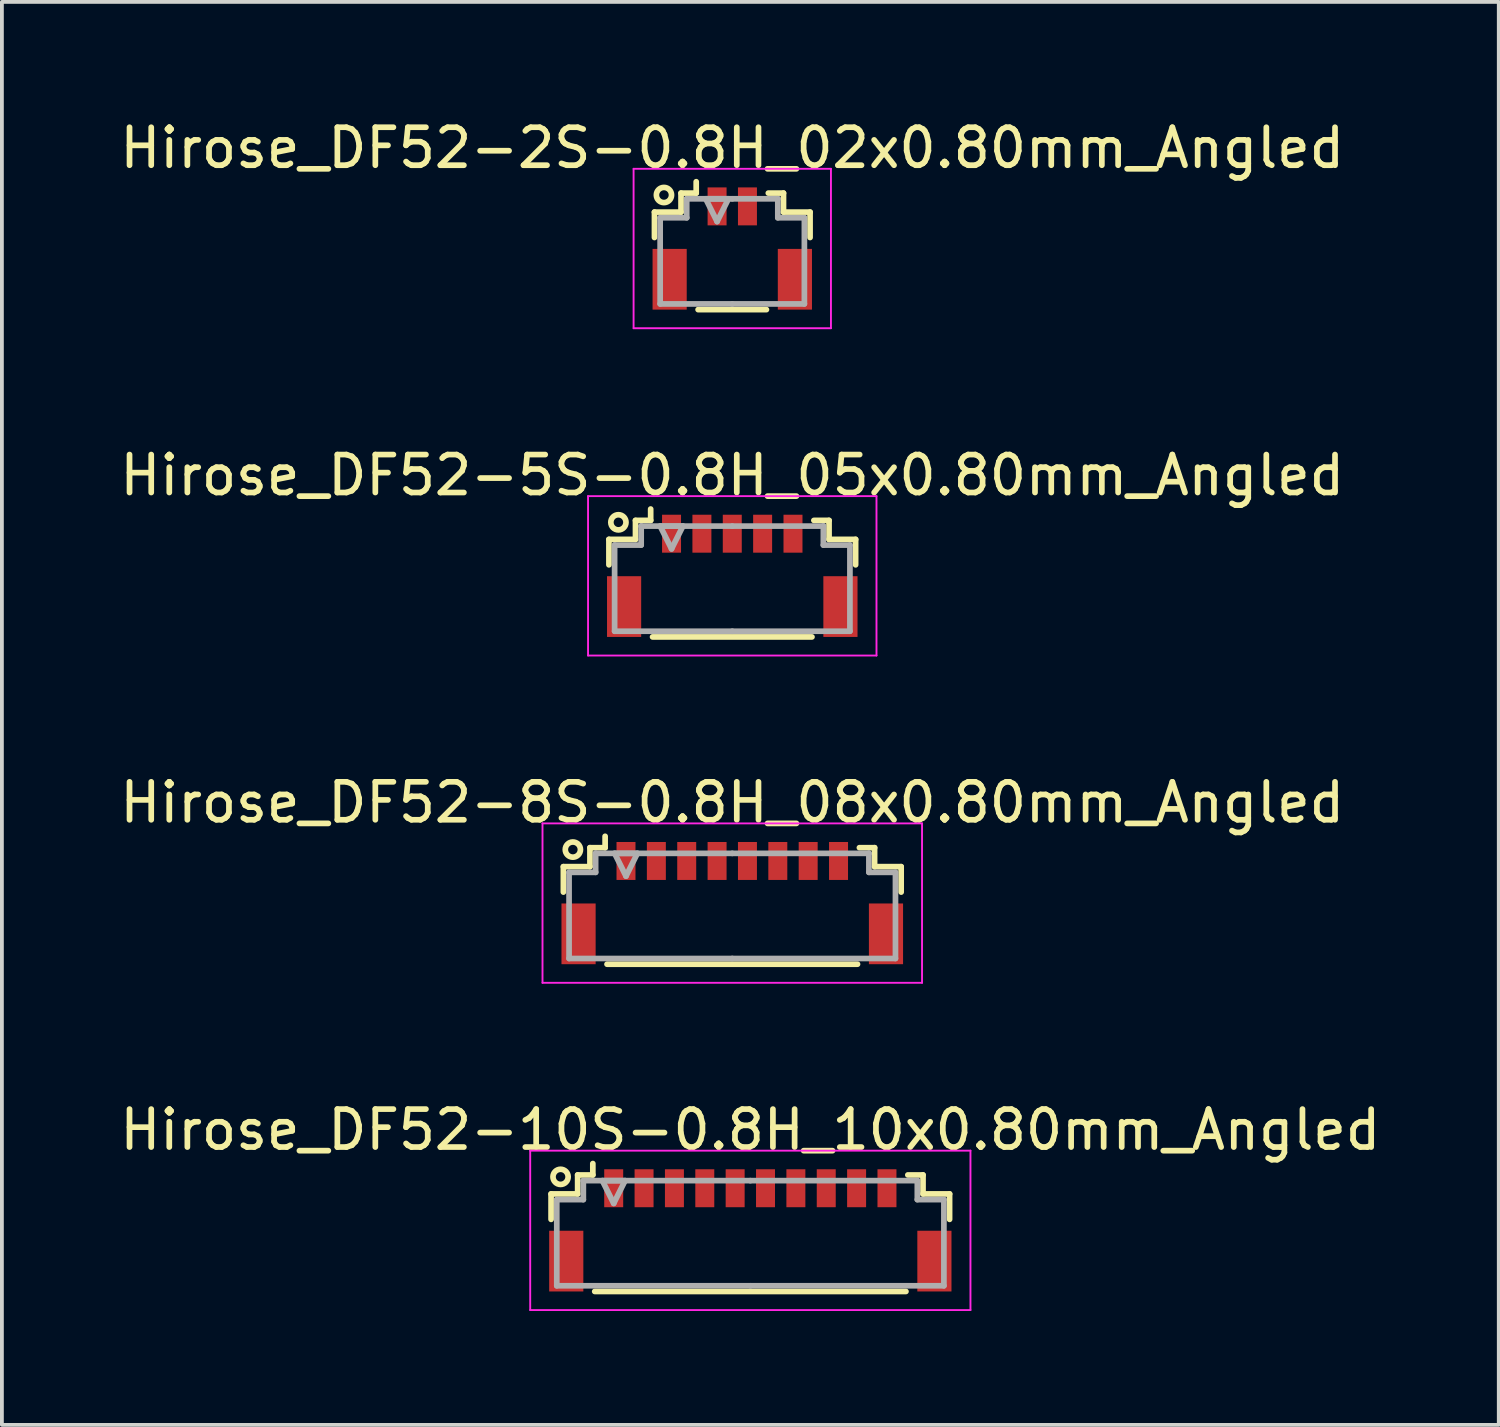
<source format=kicad_pcb>
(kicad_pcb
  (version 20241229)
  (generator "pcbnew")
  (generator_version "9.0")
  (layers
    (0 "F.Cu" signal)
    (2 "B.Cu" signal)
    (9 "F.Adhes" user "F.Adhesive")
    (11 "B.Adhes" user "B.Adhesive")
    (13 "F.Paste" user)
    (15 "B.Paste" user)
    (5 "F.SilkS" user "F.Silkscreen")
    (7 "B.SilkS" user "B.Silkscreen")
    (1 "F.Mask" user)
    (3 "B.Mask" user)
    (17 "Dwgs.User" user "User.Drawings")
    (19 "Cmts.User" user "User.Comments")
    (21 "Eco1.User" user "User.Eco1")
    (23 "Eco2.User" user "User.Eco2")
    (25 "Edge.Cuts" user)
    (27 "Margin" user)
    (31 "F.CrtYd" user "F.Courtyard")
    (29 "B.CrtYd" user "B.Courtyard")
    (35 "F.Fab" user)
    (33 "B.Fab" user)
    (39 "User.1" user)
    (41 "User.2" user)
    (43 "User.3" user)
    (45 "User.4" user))
  (footprint "Hirose_DF52-2S-0.8H_02x0.80mm_Angled"
    (layer "F.Cu")
    (at 16.244 3.348)
    (property "Reference" "Hirose_DF52-2S-0.8H_02x0.80mm_Angled" (at 0 -2.5 0) (layer "F.SilkS") (effects (font (size 1 1) (thickness 0.15))))
    (attr smd)
    (fp_line (start -2.05 -0.81) (end -2.05 -0.14) (stroke (width 0.15) (type solid)) (layer "F.SilkS"))
    (fp_line (start -1.35 -1.31) (end -1.35 -0.81) (stroke (width 0.15) (type solid)) (layer "F.SilkS"))
    (fp_line (start -1.35 -0.81) (end -2.05 -0.81) (stroke (width 0.15) (type solid)) (layer "F.SilkS"))
    (fp_line (start -0.95 -1.61) (end -0.95 -1.31) (stroke (width 0.15) (type solid)) (layer "F.SilkS"))
    (fp_line (start -0.95 -1.31) (end -1.35 -1.31) (stroke (width 0.15) (type solid)) (layer "F.SilkS"))
    (fp_line (start -0.9 1.76) (end 0.9 1.76) (stroke (width 0.15) (type solid)) (layer "F.SilkS"))
    (fp_line (start 0.95 -1.31) (end 1.35 -1.31) (stroke (width 0.15) (type solid)) (layer "F.SilkS"))
    (fp_line (start 1.35 -1.31) (end 1.35 -0.81) (stroke (width 0.15) (type solid)) (layer "F.SilkS"))
    (fp_line (start 1.35 -0.81) (end 2.05 -0.81) (stroke (width 0.15) (type solid)) (layer "F.SilkS"))
    (fp_line (start 2.05 -0.81) (end 2.05 -0.14) (stroke (width 0.15) (type solid)) (layer "F.SilkS"))
    (fp_circle (center -1.8 -1.26) (end -1.6 -1.26) (stroke (width 0.15) (type solid)) (fill no) (layer "F.SilkS"))
    (fp_line (start -2.6 -1.95) (end -2.6 2.25) (stroke (width 0.05) (type solid)) (layer "F.CrtYd"))
    (fp_line (start -2.6 2.25) (end 2.6 2.25) (stroke (width 0.05) (type solid)) (layer "F.CrtYd"))
    (fp_line (start 2.6 -1.95) (end -2.6 -1.95) (stroke (width 0.05) (type solid)) (layer "F.CrtYd"))
    (fp_line (start 2.6 2.25) (end 2.6 -1.95) (stroke (width 0.05) (type solid)) (layer "F.CrtYd"))
    (fp_line (start -1.9 -0.66) (end -1.9 1.61) (stroke (width 0.15) (type solid)) (layer "F.Fab"))
    (fp_line (start -1.9 1.61) (end 0 1.61) (stroke (width 0.15) (type solid)) (layer "F.Fab"))
    (fp_line (start -1.2 -1.16) (end -1.2 -1.16) (stroke (width 0.15) (type solid)) (layer "F.Fab"))
    (fp_line (start -1.2 -1.16) (end -1.2 -0.66) (stroke (width 0.15) (type solid)) (layer "F.Fab"))
    (fp_line (start -1.2 -0.66) (end -1.9 -0.66) (stroke (width 0.15) (type solid)) (layer "F.Fab"))
    (fp_line (start -0.7 -1.16) (end -0.1 -1.16) (stroke (width 0.15) (type solid)) (layer "F.Fab"))
    (fp_line (start -0.4 -0.56) (end -0.7 -1.16) (stroke (width 0.15) (type solid)) (layer "F.Fab"))
    (fp_line (start -0.1 -1.16) (end -0.4 -0.56) (stroke (width 0.15) (type solid)) (layer "F.Fab"))
    (fp_line (start 0 -1.16) (end -1.2 -1.16) (stroke (width 0.15) (type solid)) (layer "F.Fab"))
    (fp_line (start 0 -1.16) (end 1.2 -1.16) (stroke (width 0.15) (type solid)) (layer "F.Fab"))
    (fp_line (start 1.2 -1.16) (end 1.2 -1.16) (stroke (width 0.15) (type solid)) (layer "F.Fab"))
    (fp_line (start 1.2 -1.16) (end 1.2 -0.66) (stroke (width 0.15) (type solid)) (layer "F.Fab"))
    (fp_line (start 1.2 -0.66) (end 1.9 -0.66) (stroke (width 0.15) (type solid)) (layer "F.Fab"))
    (fp_line (start 1.9 -0.66) (end 1.9 1.61) (stroke (width 0.15) (type solid)) (layer "F.Fab"))
    (fp_line (start 1.9 1.61) (end 0 1.61) (stroke (width 0.15) (type solid)) (layer "F.Fab"))
    (pad "" smd rect (at -1.65 0.96) (size 0.9 1.6) (layers "F.Cu" "F.Mask" "F.Paste"))
    (pad "" smd rect (at 1.65 0.96) (size 0.9 1.6) (layers "F.Cu" "F.Mask" "F.Paste"))
    (pad "1" smd rect (at -0.4 -0.96) (size 0.5 1) (layers "F.Cu" "F.Mask" "F.Paste"))
    (pad "2" smd rect (at 0.4 -0.96) (size 0.5 1) (layers "F.Cu" "F.Mask" "F.Paste")))
  (footprint "Hirose_DF52-10S-0.8H_10x0.80mm_Angled"
    (layer "F.Cu")
    (at 16.72 29.218)
    (property "Reference" "Hirose_DF52-10S-0.8H_10x0.80mm_Angled" (at 0 -2.5 0) (layer "F.SilkS") (effects (font (size 1 1) (thickness 0.15))))
    (attr smd)
    (fp_line (start -5.25 -0.81) (end -5.25 -0.14) (stroke (width 0.15) (type solid)) (layer "F.SilkS"))
    (fp_line (start -4.55 -1.31) (end -4.55 -0.81) (stroke (width 0.15) (type solid)) (layer "F.SilkS"))
    (fp_line (start -4.55 -0.81) (end -5.25 -0.81) (stroke (width 0.15) (type solid)) (layer "F.SilkS"))
    (fp_line (start -4.15 -1.61) (end -4.15 -1.31) (stroke (width 0.15) (type solid)) (layer "F.SilkS"))
    (fp_line (start -4.15 -1.31) (end -4.55 -1.31) (stroke (width 0.15) (type solid)) (layer "F.SilkS"))
    (fp_line (start -4.1 1.76) (end 4.1 1.76) (stroke (width 0.15) (type solid)) (layer "F.SilkS"))
    (fp_line (start 4.15 -1.31) (end 4.55 -1.31) (stroke (width 0.15) (type solid)) (layer "F.SilkS"))
    (fp_line (start 4.55 -1.31) (end 4.55 -0.81) (stroke (width 0.15) (type solid)) (layer "F.SilkS"))
    (fp_line (start 4.55 -0.81) (end 5.25 -0.81) (stroke (width 0.15) (type solid)) (layer "F.SilkS"))
    (fp_line (start 5.25 -0.81) (end 5.25 -0.14) (stroke (width 0.15) (type solid)) (layer "F.SilkS"))
    (fp_circle (center -5 -1.26) (end -4.8 -1.26) (stroke (width 0.15) (type solid)) (fill no) (layer "F.SilkS"))
    (fp_line (start -5.8 -1.95) (end -5.8 2.25) (stroke (width 0.05) (type solid)) (layer "F.CrtYd"))
    (fp_line (start -5.8 2.25) (end 5.8 2.25) (stroke (width 0.05) (type solid)) (layer "F.CrtYd"))
    (fp_line (start 5.8 -1.95) (end -5.8 -1.95) (stroke (width 0.05) (type solid)) (layer "F.CrtYd"))
    (fp_line (start 5.8 2.25) (end 5.8 -1.95) (stroke (width 0.05) (type solid)) (layer "F.CrtYd"))
    (fp_line (start -5.1 -0.66) (end -5.1 1.61) (stroke (width 0.15) (type solid)) (layer "F.Fab"))
    (fp_line (start -5.1 1.61) (end 0 1.61) (stroke (width 0.15) (type solid)) (layer "F.Fab"))
    (fp_line (start -4.4 -1.16) (end -4.4 -1.16) (stroke (width 0.15) (type solid)) (layer "F.Fab"))
    (fp_line (start -4.4 -1.16) (end -4.4 -0.66) (stroke (width 0.15) (type solid)) (layer "F.Fab"))
    (fp_line (start -4.4 -0.66) (end -5.1 -0.66) (stroke (width 0.15) (type solid)) (layer "F.Fab"))
    (fp_line (start -3.9 -1.16) (end -3.3 -1.16) (stroke (width 0.15) (type solid)) (layer "F.Fab"))
    (fp_line (start -3.6 -0.56) (end -3.9 -1.16) (stroke (width 0.15) (type solid)) (layer "F.Fab"))
    (fp_line (start -3.3 -1.16) (end -3.6 -0.56) (stroke (width 0.15) (type solid)) (layer "F.Fab"))
    (fp_line (start 0 -1.16) (end -4.4 -1.16) (stroke (width 0.15) (type solid)) (layer "F.Fab"))
    (fp_line (start 0 -1.16) (end 4.4 -1.16) (stroke (width 0.15) (type solid)) (layer "F.Fab"))
    (fp_line (start 4.4 -1.16) (end 4.4 -1.16) (stroke (width 0.15) (type solid)) (layer "F.Fab"))
    (fp_line (start 4.4 -1.16) (end 4.4 -0.66) (stroke (width 0.15) (type solid)) (layer "F.Fab"))
    (fp_line (start 4.4 -0.66) (end 5.1 -0.66) (stroke (width 0.15) (type solid)) (layer "F.Fab"))
    (fp_line (start 5.1 -0.66) (end 5.1 1.61) (stroke (width 0.15) (type solid)) (layer "F.Fab"))
    (fp_line (start 5.1 1.61) (end 0 1.61) (stroke (width 0.15) (type solid)) (layer "F.Fab"))
    (pad "" smd rect (at -4.85 0.96) (size 0.9 1.6) (layers "F.Cu" "F.Mask" "F.Paste"))
    (pad "" smd rect (at 4.85 0.96) (size 0.9 1.6) (layers "F.Cu" "F.Mask" "F.Paste"))
    (pad "1" smd rect (at -3.6 -0.96) (size 0.5 1) (layers "F.Cu" "F.Mask" "F.Paste"))
    (pad "2" smd rect (at -2.8 -0.96) (size 0.5 1) (layers "F.Cu" "F.Mask" "F.Paste"))
    (pad "3" smd rect (at -2 -0.96) (size 0.5 1) (layers "F.Cu" "F.Mask" "F.Paste"))
    (pad "4" smd rect (at -1.2 -0.96) (size 0.5 1) (layers "F.Cu" "F.Mask" "F.Paste"))
    (pad "5" smd rect (at -0.4 -0.96) (size 0.5 1) (layers "F.Cu" "F.Mask" "F.Paste"))
    (pad "6" smd rect (at 0.4 -0.96) (size 0.5 1) (layers "F.Cu" "F.Mask" "F.Paste"))
    (pad "7" smd rect (at 1.2 -0.96) (size 0.5 1) (layers "F.Cu" "F.Mask" "F.Paste"))
    (pad "8" smd rect (at 2 -0.96) (size 0.5 1) (layers "F.Cu" "F.Mask" "F.Paste"))
    (pad "9" smd rect (at 2.8 -0.96) (size 0.5 1) (layers "F.Cu" "F.Mask" "F.Paste"))
    (pad "10" smd rect (at 3.6 -0.96) (size 0.5 1) (layers "F.Cu" "F.Mask" "F.Paste")))
  (footprint "Hirose_DF52-8S-0.8H_08x0.80mm_Angled"
    (layer "F.Cu")
    (at 16.244 20.595)
    (property "Reference" "Hirose_DF52-8S-0.8H_08x0.80mm_Angled" (at 0 -2.5 0) (layer "F.SilkS") (effects (font (size 1 1) (thickness 0.15))))
    (attr smd)
    (fp_line (start -4.45 -0.81) (end -4.45 -0.14) (stroke (width 0.15) (type solid)) (layer "F.SilkS"))
    (fp_line (start -3.75 -1.31) (end -3.75 -0.81) (stroke (width 0.15) (type solid)) (layer "F.SilkS"))
    (fp_line (start -3.75 -0.81) (end -4.45 -0.81) (stroke (width 0.15) (type solid)) (layer "F.SilkS"))
    (fp_line (start -3.35 -1.61) (end -3.35 -1.31) (stroke (width 0.15) (type solid)) (layer "F.SilkS"))
    (fp_line (start -3.35 -1.31) (end -3.75 -1.31) (stroke (width 0.15) (type solid)) (layer "F.SilkS"))
    (fp_line (start -3.3 1.76) (end 3.3 1.76) (stroke (width 0.15) (type solid)) (layer "F.SilkS"))
    (fp_line (start 3.35 -1.31) (end 3.75 -1.31) (stroke (width 0.15) (type solid)) (layer "F.SilkS"))
    (fp_line (start 3.75 -1.31) (end 3.75 -0.81) (stroke (width 0.15) (type solid)) (layer "F.SilkS"))
    (fp_line (start 3.75 -0.81) (end 4.45 -0.81) (stroke (width 0.15) (type solid)) (layer "F.SilkS"))
    (fp_line (start 4.45 -0.81) (end 4.45 -0.14) (stroke (width 0.15) (type solid)) (layer "F.SilkS"))
    (fp_circle (center -4.2 -1.26) (end -4 -1.26) (stroke (width 0.15) (type solid)) (fill no) (layer "F.SilkS"))
    (fp_line (start -5 -1.95) (end -5 2.25) (stroke (width 0.05) (type solid)) (layer "F.CrtYd"))
    (fp_line (start -5 2.25) (end 5 2.25) (stroke (width 0.05) (type solid)) (layer "F.CrtYd"))
    (fp_line (start 5 -1.95) (end -5 -1.95) (stroke (width 0.05) (type solid)) (layer "F.CrtYd"))
    (fp_line (start 5 2.25) (end 5 -1.95) (stroke (width 0.05) (type solid)) (layer "F.CrtYd"))
    (fp_line (start -4.3 -0.66) (end -4.3 1.61) (stroke (width 0.15) (type solid)) (layer "F.Fab"))
    (fp_line (start -4.3 1.61) (end 0 1.61) (stroke (width 0.15) (type solid)) (layer "F.Fab"))
    (fp_line (start -3.6 -1.16) (end -3.6 -1.16) (stroke (width 0.15) (type solid)) (layer "F.Fab"))
    (fp_line (start -3.6 -1.16) (end -3.6 -0.66) (stroke (width 0.15) (type solid)) (layer "F.Fab"))
    (fp_line (start -3.6 -0.66) (end -4.3 -0.66) (stroke (width 0.15) (type solid)) (layer "F.Fab"))
    (fp_line (start -3.1 -1.16) (end -2.5 -1.16) (stroke (width 0.15) (type solid)) (layer "F.Fab"))
    (fp_line (start -2.8 -0.56) (end -3.1 -1.16) (stroke (width 0.15) (type solid)) (layer "F.Fab"))
    (fp_line (start -2.5 -1.16) (end -2.8 -0.56) (stroke (width 0.15) (type solid)) (layer "F.Fab"))
    (fp_line (start 0 -1.16) (end -3.6 -1.16) (stroke (width 0.15) (type solid)) (layer "F.Fab"))
    (fp_line (start 0 -1.16) (end 3.6 -1.16) (stroke (width 0.15) (type solid)) (layer "F.Fab"))
    (fp_line (start 3.6 -1.16) (end 3.6 -1.16) (stroke (width 0.15) (type solid)) (layer "F.Fab"))
    (fp_line (start 3.6 -1.16) (end 3.6 -0.66) (stroke (width 0.15) (type solid)) (layer "F.Fab"))
    (fp_line (start 3.6 -0.66) (end 4.3 -0.66) (stroke (width 0.15) (type solid)) (layer "F.Fab"))
    (fp_line (start 4.3 -0.66) (end 4.3 1.61) (stroke (width 0.15) (type solid)) (layer "F.Fab"))
    (fp_line (start 4.3 1.61) (end 0 1.61) (stroke (width 0.15) (type solid)) (layer "F.Fab"))
    (pad "" smd rect (at -4.05 0.96) (size 0.9 1.6) (layers "F.Cu" "F.Mask" "F.Paste"))
    (pad "" smd rect (at 4.05 0.96) (size 0.9 1.6) (layers "F.Cu" "F.Mask" "F.Paste"))
    (pad "1" smd rect (at -2.8 -0.96) (size 0.5 1) (layers "F.Cu" "F.Mask" "F.Paste"))
    (pad "2" smd rect (at -2 -0.96) (size 0.5 1) (layers "F.Cu" "F.Mask" "F.Paste"))
    (pad "3" smd rect (at -1.2 -0.96) (size 0.5 1) (layers "F.Cu" "F.Mask" "F.Paste"))
    (pad "4" smd rect (at -0.4 -0.96) (size 0.5 1) (layers "F.Cu" "F.Mask" "F.Paste"))
    (pad "5" smd rect (at 0.4 -0.96) (size 0.5 1) (layers "F.Cu" "F.Mask" "F.Paste"))
    (pad "6" smd rect (at 1.2 -0.96) (size 0.5 1) (layers "F.Cu" "F.Mask" "F.Paste"))
    (pad "7" smd rect (at 2 -0.96) (size 0.5 1) (layers "F.Cu" "F.Mask" "F.Paste"))
    (pad "8" smd rect (at 2.8 -0.96) (size 0.5 1) (layers "F.Cu" "F.Mask" "F.Paste")))
  (footprint "Hirose_DF52-5S-0.8H_05x0.80mm_Angled"
    (layer "F.Cu")
    (at 16.244 11.972)
    (property "Reference" "Hirose_DF52-5S-0.8H_05x0.80mm_Angled" (at 0 -2.5 0) (layer "F.SilkS") (effects (font (size 1 1) (thickness 0.15))))
    (attr smd)
    (fp_line (start -3.25 -0.81) (end -3.25 -0.14) (stroke (width 0.15) (type solid)) (layer "F.SilkS"))
    (fp_line (start -2.55 -1.31) (end -2.55 -0.81) (stroke (width 0.15) (type solid)) (layer "F.SilkS"))
    (fp_line (start -2.55 -0.81) (end -3.25 -0.81) (stroke (width 0.15) (type solid)) (layer "F.SilkS"))
    (fp_line (start -2.15 -1.61) (end -2.15 -1.31) (stroke (width 0.15) (type solid)) (layer "F.SilkS"))
    (fp_line (start -2.15 -1.31) (end -2.55 -1.31) (stroke (width 0.15) (type solid)) (layer "F.SilkS"))
    (fp_line (start -2.1 1.76) (end 2.1 1.76) (stroke (width 0.15) (type solid)) (layer "F.SilkS"))
    (fp_line (start 2.15 -1.31) (end 2.55 -1.31) (stroke (width 0.15) (type solid)) (layer "F.SilkS"))
    (fp_line (start 2.55 -1.31) (end 2.55 -0.81) (stroke (width 0.15) (type solid)) (layer "F.SilkS"))
    (fp_line (start 2.55 -0.81) (end 3.25 -0.81) (stroke (width 0.15) (type solid)) (layer "F.SilkS"))
    (fp_line (start 3.25 -0.81) (end 3.25 -0.14) (stroke (width 0.15) (type solid)) (layer "F.SilkS"))
    (fp_circle (center -3 -1.26) (end -2.8 -1.26) (stroke (width 0.15) (type solid)) (fill no) (layer "F.SilkS"))
    (fp_line (start -3.8 -1.95) (end -3.8 2.25) (stroke (width 0.05) (type solid)) (layer "F.CrtYd"))
    (fp_line (start -3.8 2.25) (end 3.8 2.25) (stroke (width 0.05) (type solid)) (layer "F.CrtYd"))
    (fp_line (start 3.8 -1.95) (end -3.8 -1.95) (stroke (width 0.05) (type solid)) (layer "F.CrtYd"))
    (fp_line (start 3.8 2.25) (end 3.8 -1.95) (stroke (width 0.05) (type solid)) (layer "F.CrtYd"))
    (fp_line (start -3.1 -0.66) (end -3.1 1.61) (stroke (width 0.15) (type solid)) (layer "F.Fab"))
    (fp_line (start -3.1 1.61) (end 0 1.61) (stroke (width 0.15) (type solid)) (layer "F.Fab"))
    (fp_line (start -2.4 -1.16) (end -2.4 -1.16) (stroke (width 0.15) (type solid)) (layer "F.Fab"))
    (fp_line (start -2.4 -1.16) (end -2.4 -0.66) (stroke (width 0.15) (type solid)) (layer "F.Fab"))
    (fp_line (start -2.4 -0.66) (end -3.1 -0.66) (stroke (width 0.15) (type solid)) (layer "F.Fab"))
    (fp_line (start -1.9 -1.16) (end -1.3 -1.16) (stroke (width 0.15) (type solid)) (layer "F.Fab"))
    (fp_line (start -1.6 -0.56) (end -1.9 -1.16) (stroke (width 0.15) (type solid)) (layer "F.Fab"))
    (fp_line (start -1.3 -1.16) (end -1.6 -0.56) (stroke (width 0.15) (type solid)) (layer "F.Fab"))
    (fp_line (start 0 -1.16) (end -2.4 -1.16) (stroke (width 0.15) (type solid)) (layer "F.Fab"))
    (fp_line (start 0 -1.16) (end 2.4 -1.16) (stroke (width 0.15) (type solid)) (layer "F.Fab"))
    (fp_line (start 2.4 -1.16) (end 2.4 -1.16) (stroke (width 0.15) (type solid)) (layer "F.Fab"))
    (fp_line (start 2.4 -1.16) (end 2.4 -0.66) (stroke (width 0.15) (type solid)) (layer "F.Fab"))
    (fp_line (start 2.4 -0.66) (end 3.1 -0.66) (stroke (width 0.15) (type solid)) (layer "F.Fab"))
    (fp_line (start 3.1 -0.66) (end 3.1 1.61) (stroke (width 0.15) (type solid)) (layer "F.Fab"))
    (fp_line (start 3.1 1.61) (end 0 1.61) (stroke (width 0.15) (type solid)) (layer "F.Fab"))
    (pad "" smd rect (at -2.85 0.96) (size 0.9 1.6) (layers "F.Cu" "F.Mask" "F.Paste"))
    (pad "" smd rect (at 2.85 0.96) (size 0.9 1.6) (layers "F.Cu" "F.Mask" "F.Paste"))
    (pad "1" smd rect (at -1.6 -0.96) (size 0.5 1) (layers "F.Cu" "F.Mask" "F.Paste"))
    (pad "2" smd rect (at -0.8 -0.96) (size 0.5 1) (layers "F.Cu" "F.Mask" "F.Paste"))
    (pad "3" smd rect (at 0 -0.96) (size 0.5 1) (layers "F.Cu" "F.Mask" "F.Paste"))
    (pad "4" smd rect (at 0.8 -0.96) (size 0.5 1) (layers "F.Cu" "F.Mask" "F.Paste"))
    (pad "5" smd rect (at 1.6 -0.96) (size 0.5 1) (layers "F.Cu" "F.Mask" "F.Paste")))
  (gr_rect
    (start -3 -3)
    (end 36.44 34.493)
    (stroke (width 0.1) (type default))
    (fill no)
    (layer "Edge.Cuts")))
</source>
